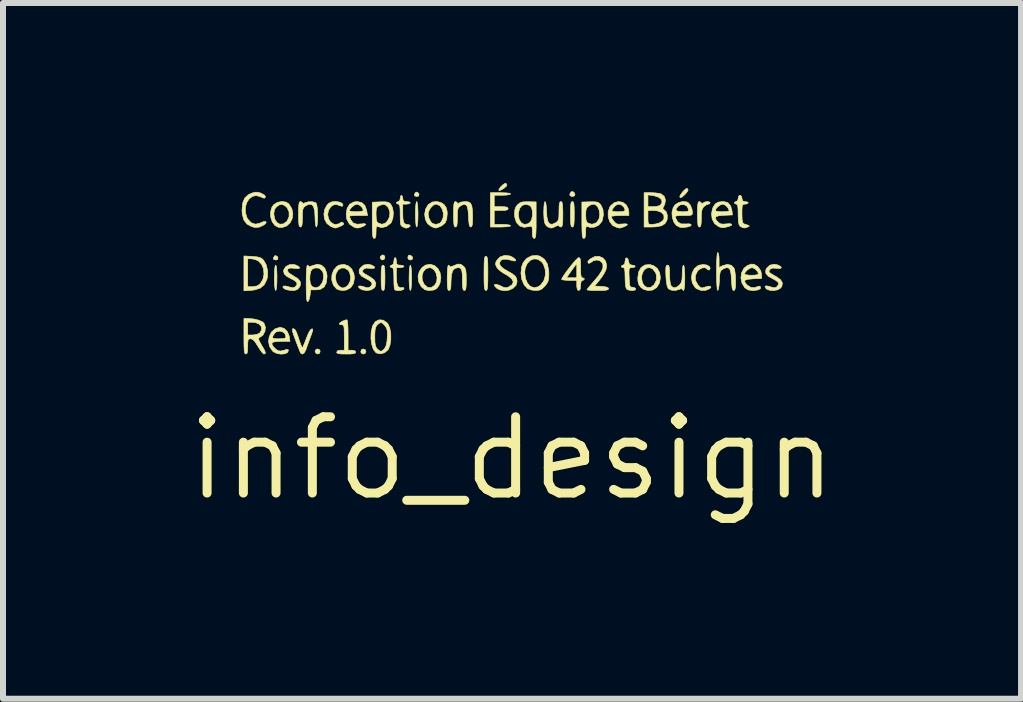
<source format=kicad_pcb>
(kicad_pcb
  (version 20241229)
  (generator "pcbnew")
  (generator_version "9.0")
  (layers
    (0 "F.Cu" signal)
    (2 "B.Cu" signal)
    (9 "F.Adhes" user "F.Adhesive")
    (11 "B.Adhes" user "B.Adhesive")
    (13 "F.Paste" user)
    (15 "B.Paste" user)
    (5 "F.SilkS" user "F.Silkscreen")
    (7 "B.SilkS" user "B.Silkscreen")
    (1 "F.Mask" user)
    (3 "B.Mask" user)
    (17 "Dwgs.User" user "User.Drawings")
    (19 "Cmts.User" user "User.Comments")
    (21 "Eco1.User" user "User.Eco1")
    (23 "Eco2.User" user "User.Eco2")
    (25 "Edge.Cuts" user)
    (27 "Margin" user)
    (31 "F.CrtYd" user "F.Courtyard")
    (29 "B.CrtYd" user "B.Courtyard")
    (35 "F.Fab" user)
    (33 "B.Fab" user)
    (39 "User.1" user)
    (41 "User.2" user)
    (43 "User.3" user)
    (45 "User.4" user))
  (footprint "info_design"
    (layer "F.Cu")
    (at 5.48 4.584)
    (property "Reference" "info_design" (at 0 0 0) (layer "F.SilkS") (effects (font (size 1.27 1.27) (thickness 0.15))))
    (attr through_hole)
    (fp_poly (pts (xy -3.907 -3.358) (xy -3.899 -3.339) (xy -3.906 -3.309) (xy -3.937 -3.302) (xy -3.972 -3.313) (xy -3.975 -3.339) (xy -3.954 -3.371) (xy -3.937 -3.376) (xy -3.907 -3.358)) (stroke (width 0.01) (type solid)) (fill yes) (layer "F.SilkS"))
    (fp_poly (pts (xy -3.203 -1.805) (xy -3.196 -1.778) (xy -3.211 -1.743) (xy -3.245 -1.737) (xy -3.267 -1.75) (xy -3.281 -1.786) (xy -3.263 -1.814) (xy -3.239 -1.82) (xy -3.203 -1.805)) (stroke (width 0.01) (type solid)) (fill yes) (layer "F.SilkS"))
    (fp_poly (pts (xy -2.441 -1.805) (xy -2.434 -1.778) (xy -2.449 -1.743) (xy -2.477 -1.736) (xy -2.512 -1.751) (xy -2.519 -1.778) (xy -2.504 -1.813) (xy -2.477 -1.82) (xy -2.441 -1.805)) (stroke (width 0.01) (type solid)) (fill yes) (layer "F.SilkS"))
    (fp_poly (pts (xy -2.122 -3.369) (xy -2.117 -3.344) (xy -2.132 -3.31) (xy -2.164 -3.303) (xy -2.191 -3.323) (xy -2.194 -3.359) (xy -2.166 -3.383) (xy -2.147 -3.387) (xy -2.122 -3.369)) (stroke (width 0.01) (type solid)) (fill yes) (layer "F.SilkS"))
    (fp_poly (pts (xy -1.665 -3.363) (xy -1.654 -3.332) (xy -1.669 -3.308) (xy -1.692 -3.302) (xy -1.728 -3.316) (xy -1.736 -3.346) (xy -1.724 -3.38) (xy -1.699 -3.383) (xy -1.665 -3.363)) (stroke (width 0.01) (type solid)) (fill yes) (layer "F.SilkS"))
    (fp_poly (pts (xy -1.558 -4.417) (xy -1.549 -4.397) (xy -1.557 -4.367) (xy -1.587 -4.36) (xy -1.622 -4.371) (xy -1.626 -4.397) (xy -1.605 -4.429) (xy -1.587 -4.434) (xy -1.558 -4.417)) (stroke (width 0.01) (type solid)) (fill yes) (layer "F.SilkS"))
    (fp_poly (pts (xy 1.034 -4.429) (xy 1.049 -4.397) (xy 1.043 -4.373) (xy 1.012 -4.361) (xy 1.005 -4.36) (xy 0.972 -4.37) (xy 0.968 -4.373) (xy 0.963 -4.402) (xy 0.981 -4.433) (xy 1.005 -4.445) (xy 1.034 -4.429)) (stroke (width 0.01) (type solid)) (fill yes) (layer "F.SilkS"))
    (fp_poly (pts (xy -0.085 -4.551) (xy -0.085 -4.549) (xy -0.1 -4.525) (xy -0.136 -4.496) (xy -0.177 -4.471) (xy -0.21 -4.46) (xy -0.22 -4.463) (xy -0.214 -4.487) (xy -0.187 -4.522) (xy -0.15 -4.557) (xy -0.116 -4.579) (xy -0.099 -4.579) (xy -0.085 -4.551)) (stroke (width 0.01) (type solid)) (fill yes) (layer "F.SilkS"))
    (fp_poly (pts (xy 2.928 -4.489) (xy 2.933 -4.461) (xy 2.903 -4.418) (xy 2.889 -4.403) (xy 2.837 -4.354) (xy 2.804 -4.34) (xy 2.794 -4.359) (xy 2.807 -4.386) (xy 2.838 -4.43) (xy 2.85 -4.445) (xy 2.893 -4.487) (xy 2.922 -4.493) (xy 2.928 -4.489)) (stroke (width 0.01) (type solid)) (fill yes) (layer "F.SilkS"))
    (fp_poly (pts (xy -3.927 -3.197) (xy -3.92 -3.141) (xy -3.916 -3.055) (xy -3.916 -3.006) (xy -3.918 -2.907) (xy -3.923 -2.836) (xy -3.932 -2.798) (xy -3.937 -2.794) (xy -3.947 -2.814) (xy -3.954 -2.87) (xy -3.958 -2.957) (xy -3.958 -3.006) (xy -3.956 -3.104) (xy -3.951 -3.175) (xy -3.942 -3.213) (xy -3.937 -3.217) (xy -3.927 -3.197)) (stroke (width 0.01) (type solid)) (fill yes) (layer "F.SilkS"))
    (fp_poly (pts (xy -1.684 -3.197) (xy -1.676 -3.141) (xy -1.673 -3.055) (xy -1.672 -3.006) (xy -1.674 -2.907) (xy -1.68 -2.836) (xy -1.688 -2.798) (xy -1.693 -2.794) (xy -1.703 -2.814) (xy -1.71 -2.87) (xy -1.714 -2.957) (xy -1.714 -3.006) (xy -1.712 -3.104) (xy -1.707 -3.175) (xy -1.698 -3.213) (xy -1.693 -3.217) (xy -1.684 -3.197)) (stroke (width 0.01) (type solid)) (fill yes) (layer "F.SilkS"))
    (fp_poly (pts (xy -1.578 -4.256) (xy -1.571 -4.199) (xy -1.567 -4.113) (xy -1.566 -4.064) (xy -1.568 -3.966) (xy -1.574 -3.895) (xy -1.583 -3.857) (xy -1.587 -3.852) (xy -1.597 -3.872) (xy -1.604 -3.929) (xy -1.608 -4.015) (xy -1.609 -4.064) (xy -1.607 -4.162) (xy -1.601 -4.233) (xy -1.592 -4.271) (xy -1.587 -4.276) (xy -1.578 -4.256)) (stroke (width 0.01) (type solid)) (fill yes) (layer "F.SilkS"))
    (fp_poly (pts (xy -2.134 -3.21) (xy -2.124 -3.185) (xy -2.119 -3.133) (xy -2.117 -3.05) (xy -2.117 -3.006) (xy -2.118 -2.907) (xy -2.122 -2.844) (xy -2.129 -2.809) (xy -2.142 -2.795) (xy -2.148 -2.794) (xy -2.163 -2.801) (xy -2.173 -2.827) (xy -2.178 -2.878) (xy -2.18 -2.962) (xy -2.18 -3.006) (xy -2.179 -3.104) (xy -2.175 -3.168) (xy -2.168 -3.203) (xy -2.155 -3.216) (xy -2.148 -3.217) (xy -2.134 -3.21)) (stroke (width 0.01) (type solid)) (fill yes) (layer "F.SilkS"))
    (fp_poly (pts (xy 1.02 -4.269) (xy 1.03 -4.243) (xy 1.035 -4.192) (xy 1.037 -4.108) (xy 1.037 -4.064) (xy 1.036 -3.965) (xy 1.032 -3.902) (xy 1.025 -3.867) (xy 1.012 -3.853) (xy 1.005 -3.852) (xy 0.991 -3.859) (xy 0.981 -3.885) (xy 0.976 -3.936) (xy 0.974 -4.02) (xy 0.974 -4.064) (xy 0.975 -4.163) (xy 0.979 -4.226) (xy 0.986 -4.261) (xy 0.999 -4.275) (xy 1.005 -4.276) (xy 1.02 -4.269)) (stroke (width 0.01) (type solid)) (fill yes) (layer "F.SilkS"))
    (fp_poly (pts (xy -0.421 -3.359) (xy -0.412 -3.337) (xy -0.406 -3.293) (xy -0.403 -3.22) (xy -0.402 -3.112) (xy -0.402 -3.08) (xy -0.403 -2.963) (xy -0.405 -2.882) (xy -0.41 -2.831) (xy -0.418 -2.804) (xy -0.43 -2.794) (xy -0.434 -2.794) (xy -0.447 -2.8) (xy -0.456 -2.822) (xy -0.462 -2.867) (xy -0.465 -2.94) (xy -0.466 -3.047) (xy -0.466 -3.08) (xy -0.465 -3.197) (xy -0.463 -3.278) (xy -0.458 -3.329) (xy -0.449 -3.356) (xy -0.438 -3.365) (xy -0.434 -3.365) (xy -0.421 -3.359)) (stroke (width 0.01) (type solid)) (fill yes) (layer "F.SilkS"))
    (fp_poly (pts (xy -0.107 -4.421) (xy -0.048 -4.415) (xy -0.022 -4.405) (xy -0.021 -4.403) (xy -0.041 -4.392) (xy -0.092 -4.384) (xy -0.159 -4.381) (xy -0.296 -4.381) (xy -0.296 -4.191) (xy -0.18 -4.191) (xy -0.11 -4.188) (xy -0.074 -4.178) (xy -0.064 -4.159) (xy -0.074 -4.14) (xy -0.111 -4.13) (xy -0.18 -4.128) (xy -0.296 -4.128) (xy -0.296 -3.895) (xy -0.159 -3.895) (xy -0.087 -3.892) (xy -0.038 -3.884) (xy -0.021 -3.873) (xy -0.041 -3.863) (xy -0.095 -3.856) (xy -0.175 -3.852) (xy -0.191 -3.852) (xy -0.36 -3.852) (xy -0.36 -4.424) (xy -0.191 -4.424) (xy -0.107 -4.421)) (stroke (width 0.01) (type solid)) (fill yes) (layer "F.SilkS"))
    (fp_poly (pts (xy 3.15 -4.262) (xy 3.154 -4.25) (xy 3.16 -4.236) (xy 3.179 -4.25) (xy 3.214 -4.269) (xy 3.258 -4.275) (xy 3.293 -4.268) (xy 3.302 -4.255) (xy 3.285 -4.236) (xy 3.27 -4.233) (xy 3.233 -4.219) (xy 3.196 -4.191) (xy 3.173 -4.159) (xy 3.159 -4.114) (xy 3.154 -4.043) (xy 3.154 -4) (xy 3.152 -3.92) (xy 3.145 -3.874) (xy 3.132 -3.854) (xy 3.122 -3.852) (xy 3.107 -3.859) (xy 3.098 -3.885) (xy 3.093 -3.936) (xy 3.09 -4.02) (xy 3.09 -4.064) (xy 3.091 -4.163) (xy 3.095 -4.226) (xy 3.103 -4.261) (xy 3.115 -4.275) (xy 3.122 -4.276) (xy 3.15 -4.262)) (stroke (width 0.01) (type solid)) (fill yes) (layer "F.SilkS"))
    (fp_poly (pts (xy -4.326 -3.361) (xy -4.245 -3.354) (xy -4.194 -3.341) (xy -4.157 -3.318) (xy -4.137 -3.296) (xy -4.094 -3.22) (xy -4.072 -3.123) (xy -4.073 -3.024) (xy -4.084 -2.979) (xy -4.127 -2.891) (xy -4.193 -2.835) (xy -4.287 -2.804) (xy -4.339 -2.798) (xy -4.466 -2.789) (xy -4.466 -3.323) (xy -4.403 -3.323) (xy -4.403 -2.857) (xy -4.322 -2.857) (xy -4.245 -2.87) (xy -4.194 -2.907) (xy -4.15 -2.98) (xy -4.132 -3.066) (xy -4.14 -3.155) (xy -4.172 -3.232) (xy -4.226 -3.287) (xy -4.234 -3.292) (xy -4.295 -3.315) (xy -4.349 -3.323) (xy -4.403 -3.323) (xy -4.466 -3.323) (xy -4.466 -3.37) (xy -4.326 -3.361)) (stroke (width 0.01) (type solid)) (fill yes) (layer "F.SilkS"))
    (fp_poly (pts (xy -2.742 -2.287) (xy -2.736 -2.232) (xy -2.732 -2.147) (xy -2.731 -2.053) (xy -2.731 -1.799) (xy -2.667 -1.799) (xy -2.617 -1.79) (xy -2.603 -1.767) (xy -2.612 -1.751) (xy -2.642 -1.741) (xy -2.701 -1.736) (xy -2.762 -1.736) (xy -2.846 -1.737) (xy -2.895 -1.743) (xy -2.917 -1.755) (xy -2.921 -1.767) (xy -2.902 -1.793) (xy -2.857 -1.799) (xy -2.794 -1.799) (xy -2.794 -2.011) (xy -2.795 -2.107) (xy -2.797 -2.169) (xy -2.804 -2.204) (xy -2.816 -2.219) (xy -2.834 -2.222) (xy -2.836 -2.223) (xy -2.871 -2.23) (xy -2.879 -2.24) (xy -2.861 -2.26) (xy -2.822 -2.284) (xy -2.776 -2.302) (xy -2.751 -2.307) (xy -2.742 -2.287)) (stroke (width 0.01) (type solid)) (fill yes) (layer "F.SilkS"))
    (fp_poly (pts (xy 3.246 -3.219) (xy 3.289 -3.194) (xy 3.302 -3.165) (xy 3.289 -3.136) (xy 3.262 -3.139) (xy 3.249 -3.154) (xy 3.215 -3.175) (xy 3.165 -3.169) (xy 3.114 -3.141) (xy 3.092 -3.119) (xy 3.054 -3.041) (xy 3.057 -2.96) (xy 3.099 -2.885) (xy 3.136 -2.847) (xy 3.168 -2.837) (xy 3.215 -2.85) (xy 3.219 -2.852) (xy 3.274 -2.866) (xy 3.308 -2.863) (xy 3.314 -2.846) (xy 3.291 -2.823) (xy 3.223 -2.796) (xy 3.144 -2.797) (xy 3.074 -2.825) (xy 3.051 -2.844) (xy 3.005 -2.918) (xy 2.989 -3.002) (xy 3.001 -3.086) (xy 3.038 -3.158) (xy 3.098 -3.208) (xy 3.117 -3.216) (xy 3.185 -3.227) (xy 3.246 -3.219)) (stroke (width 0.01) (type solid)) (fill yes) (layer "F.SilkS"))
    (fp_poly (pts (xy -3.618 -2.146) (xy -3.593 -2.104) (xy -3.565 -2.028) (xy -3.556 -2) (xy -3.531 -1.926) (xy -3.51 -1.87) (xy -3.496 -1.843) (xy -3.494 -1.841) (xy -3.481 -1.86) (xy -3.46 -1.909) (xy -3.433 -1.978) (xy -3.427 -1.995) (xy -3.392 -2.081) (xy -3.36 -2.136) (xy -3.337 -2.155) (xy -3.321 -2.153) (xy -3.319 -2.134) (xy -3.332 -2.09) (xy -3.358 -2.018) (xy -3.389 -1.935) (xy -3.417 -1.858) (xy -3.435 -1.804) (xy -3.461 -1.755) (xy -3.492 -1.735) (xy -3.52 -1.75) (xy -3.521 -1.752) (xy -3.533 -1.778) (xy -3.555 -1.834) (xy -3.585 -1.91) (xy -3.605 -1.964) (xy -3.638 -2.054) (xy -3.656 -2.111) (xy -3.661 -2.143) (xy -3.654 -2.157) (xy -3.642 -2.159) (xy -3.618 -2.146)) (stroke (width 0.01) (type solid)) (fill yes) (layer "F.SilkS"))
    (fp_poly (pts (xy -2.877 -4.268) (xy -2.832 -4.248) (xy -2.815 -4.218) (xy -2.827 -4.197) (xy -2.852 -4.202) (xy -2.919 -4.225) (xy -2.965 -4.224) (xy -3.006 -4.2) (xy -3.017 -4.19) (xy -3.058 -4.129) (xy -3.07 -4.059) (xy -3.057 -3.99) (xy -3.022 -3.933) (xy -2.968 -3.899) (xy -2.936 -3.895) (xy -2.886 -3.905) (xy -2.862 -3.92) (xy -2.833 -3.934) (xy -2.811 -3.921) (xy -2.804 -3.9) (xy -2.829 -3.879) (xy -2.864 -3.863) (xy -2.914 -3.842) (xy -2.944 -3.835) (xy -2.973 -3.842) (xy -3.02 -3.862) (xy -3.022 -3.863) (xy -3.084 -3.911) (xy -3.122 -3.982) (xy -3.134 -4.065) (xy -3.119 -4.149) (xy -3.078 -4.222) (xy -3.05 -4.249) (xy -3 -4.271) (xy -2.938 -4.277) (xy -2.877 -4.268)) (stroke (width 0.01) (type solid)) (fill yes) (layer "F.SilkS"))
    (fp_poly (pts (xy -3.762 -4.266) (xy -3.717 -4.236) (xy -3.668 -4.157) (xy -3.651 -4.073) (xy -3.662 -3.991) (xy -3.698 -3.921) (xy -3.755 -3.869) (xy -3.83 -3.844) (xy -3.889 -3.846) (xy -3.949 -3.877) (xy -3.994 -3.937) (xy -4.019 -4.013) (xy -4.022 -4.068) (xy -3.968 -4.068) (xy -3.954 -3.986) (xy -3.918 -3.928) (xy -3.868 -3.899) (xy -3.811 -3.903) (xy -3.754 -3.943) (xy -3.746 -3.953) (xy -3.714 -4.024) (xy -3.714 -4.103) (xy -3.746 -4.173) (xy -3.769 -4.196) (xy -3.822 -4.228) (xy -3.869 -4.225) (xy -3.918 -4.193) (xy -3.955 -4.149) (xy -3.967 -4.086) (xy -3.968 -4.068) (xy -4.022 -4.068) (xy -4.023 -4.096) (xy -4.004 -4.173) (xy -3.97 -4.224) (xy -3.907 -4.263) (xy -3.833 -4.277) (xy -3.762 -4.266)) (stroke (width 0.01) (type solid)) (fill yes) (layer "F.SilkS"))
    (fp_poly (pts (xy -2.729 -3.206) (xy -2.67 -3.153) (xy -2.634 -3.075) (xy -2.625 -3.005) (xy -2.641 -2.91) (xy -2.687 -2.841) (xy -2.76 -2.802) (xy -2.815 -2.795) (xy -2.876 -2.802) (xy -2.921 -2.82) (xy -2.923 -2.821) (xy -2.977 -2.886) (xy -3.003 -2.968) (xy -3.002 -3.01) (xy -2.942 -3.01) (xy -2.928 -2.934) (xy -2.891 -2.874) (xy -2.84 -2.84) (xy -2.815 -2.836) (xy -2.772 -2.851) (xy -2.731 -2.883) (xy -2.697 -2.946) (xy -2.688 -3.023) (xy -2.706 -3.096) (xy -2.731 -3.133) (xy -2.789 -3.169) (xy -2.848 -3.168) (xy -2.898 -3.135) (xy -2.932 -3.075) (xy -2.942 -3.01) (xy -3.002 -3.01) (xy -3 -3.054) (xy -2.971 -3.134) (xy -2.917 -3.196) (xy -2.88 -3.217) (xy -2.801 -3.23) (xy -2.729 -3.206)) (stroke (width 0.01) (type solid)) (fill yes) (layer "F.SilkS"))
    (fp_poly (pts (xy 2.358 -3.209) (xy 2.421 -3.162) (xy 2.46 -3.091) (xy 2.472 -3.006) (xy 2.457 -2.921) (xy 2.412 -2.846) (xy 2.409 -2.843) (xy 2.344 -2.802) (xy 2.266 -2.793) (xy 2.19 -2.815) (xy 2.147 -2.846) (xy 2.113 -2.891) (xy 2.098 -2.948) (xy 2.096 -3.001) (xy 2.159 -3.001) (xy 2.173 -2.923) (xy 2.209 -2.868) (xy 2.259 -2.842) (xy 2.315 -2.848) (xy 2.369 -2.892) (xy 2.369 -2.892) (xy 2.408 -2.972) (xy 2.405 -3.056) (xy 2.389 -3.097) (xy 2.342 -3.155) (xy 2.288 -3.177) (xy 2.236 -3.165) (xy 2.192 -3.124) (xy 2.164 -3.055) (xy 2.159 -3.001) (xy 2.096 -3.001) (xy 2.095 -3.002) (xy 2.11 -3.103) (xy 2.151 -3.177) (xy 2.214 -3.219) (xy 2.294 -3.227) (xy 2.358 -3.209)) (stroke (width 0.01) (type solid)) (fill yes) (layer "F.SilkS"))
    (fp_poly (pts (xy -4.212 -4.426) (xy -4.179 -4.414) (xy -4.123 -4.384) (xy -4.107 -4.355) (xy -4.119 -4.334) (xy -4.143 -4.335) (xy -4.186 -4.354) (xy -4.189 -4.355) (xy -4.259 -4.377) (xy -4.324 -4.363) (xy -4.379 -4.321) (xy -4.42 -4.258) (xy -4.442 -4.18) (xy -4.442 -4.095) (xy -4.416 -4.009) (xy -4.403 -3.985) (xy -4.346 -3.923) (xy -4.275 -3.899) (xy -4.198 -3.916) (xy -4.184 -3.924) (xy -4.134 -3.944) (xy -4.102 -3.942) (xy -4.095 -3.924) (xy -4.12 -3.895) (xy -4.131 -3.888) (xy -4.21 -3.85) (xy -4.283 -3.845) (xy -4.337 -3.859) (xy -4.417 -3.902) (xy -4.468 -3.97) (xy -4.494 -4.066) (xy -4.498 -4.137) (xy -4.487 -4.252) (xy -4.452 -4.335) (xy -4.389 -4.392) (xy -4.331 -4.418) (xy -4.267 -4.433) (xy -4.212 -4.426)) (stroke (width 0.01) (type solid)) (fill yes) (layer "F.SilkS"))
    (fp_poly (pts (xy -1.292 -3.21) (xy -1.236 -3.161) (xy -1.199 -3.092) (xy -1.185 -3.009) (xy -1.199 -2.921) (xy -1.216 -2.88) (xy -1.253 -2.828) (xy -1.302 -2.802) (xy -1.378 -2.794) (xy -1.386 -2.794) (xy -1.448 -2.806) (xy -1.501 -2.848) (xy -1.512 -2.859) (xy -1.555 -2.939) (xy -1.565 -3.026) (xy -1.561 -3.044) (xy -1.498 -3.044) (xy -1.496 -2.971) (xy -1.466 -2.902) (xy -1.459 -2.892) (xy -1.405 -2.846) (xy -1.348 -2.842) (xy -1.291 -2.879) (xy -1.256 -2.937) (xy -1.248 -3.007) (xy -1.262 -3.077) (xy -1.295 -3.135) (xy -1.345 -3.17) (xy -1.376 -3.175) (xy -1.435 -3.157) (xy -1.477 -3.11) (xy -1.498 -3.044) (xy -1.561 -3.044) (xy -1.545 -3.11) (xy -1.497 -3.179) (xy -1.439 -3.218) (xy -1.361 -3.231) (xy -1.292 -3.21)) (stroke (width 0.01) (type solid)) (fill yes) (layer "F.SilkS"))
    (fp_poly (pts (xy -2.343 -3.219) (xy -2.295 -3.193) (xy -2.287 -3.171) (xy -2.315 -3.16) (xy -2.367 -3.164) (xy -2.43 -3.168) (xy -2.468 -3.152) (xy -2.476 -3.144) (xy -2.492 -3.121) (xy -2.489 -3.101) (xy -2.463 -3.078) (xy -2.407 -3.045) (xy -2.375 -3.028) (xy -2.301 -2.975) (xy -2.268 -2.92) (xy -2.277 -2.864) (xy -2.298 -2.835) (xy -2.35 -2.804) (xy -2.421 -2.794) (xy -2.492 -2.805) (xy -2.531 -2.824) (xy -2.559 -2.853) (xy -2.552 -2.869) (xy -2.514 -2.869) (xy -2.469 -2.856) (xy -2.414 -2.84) (xy -2.378 -2.845) (xy -2.361 -2.856) (xy -2.331 -2.896) (xy -2.342 -2.934) (xy -2.393 -2.972) (xy -2.423 -2.987) (xy -2.505 -3.033) (xy -2.545 -3.082) (xy -2.546 -3.135) (xy -2.531 -3.166) (xy -2.474 -3.217) (xy -2.401 -3.232) (xy -2.343 -3.219)) (stroke (width 0.01) (type solid)) (fill yes) (layer "F.SilkS"))
    (fp_poly (pts (xy -3.598 -3.217) (xy -3.548 -3.19) (xy -3.537 -3.168) (xy -3.563 -3.158) (xy -3.606 -3.162) (xy -3.687 -3.169) (xy -3.733 -3.155) (xy -3.743 -3.125) (xy -3.714 -3.085) (xy -3.646 -3.04) (xy -3.642 -3.038) (xy -3.563 -2.988) (xy -3.525 -2.937) (xy -3.526 -2.881) (xy -3.544 -2.846) (xy -3.577 -2.811) (xy -3.623 -2.796) (xy -3.668 -2.795) (xy -3.734 -2.802) (xy -3.786 -2.819) (xy -3.795 -2.824) (xy -3.819 -2.852) (xy -3.808 -2.868) (xy -3.77 -2.869) (xy -3.716 -2.855) (xy -3.661 -2.84) (xy -3.626 -2.846) (xy -3.61 -2.856) (xy -3.58 -2.897) (xy -3.591 -2.935) (xy -3.643 -2.973) (xy -3.67 -2.985) (xy -3.75 -3.028) (xy -3.794 -3.07) (xy -3.806 -3.117) (xy -3.802 -3.14) (xy -3.769 -3.192) (xy -3.711 -3.223) (xy -3.64 -3.229) (xy -3.598 -3.217)) (stroke (width 0.01) (type solid)) (fill yes) (layer "F.SilkS"))
    (fp_poly (pts (xy 1.516 -3.335) (xy 1.56 -3.283) (xy 1.577 -3.211) (xy 1.566 -3.141) (xy 1.539 -3.085) (xy 1.495 -3.017) (xy 1.459 -2.969) (xy 1.375 -2.868) (xy 1.492 -2.862) (xy 1.564 -2.854) (xy 1.601 -2.84) (xy 1.609 -2.825) (xy 1.6 -2.809) (xy 1.57 -2.8) (xy 1.511 -2.795) (xy 1.429 -2.794) (xy 1.347 -2.795) (xy 1.285 -2.799) (xy 1.252 -2.804) (xy 1.249 -2.806) (xy 1.262 -2.827) (xy 1.297 -2.87) (xy 1.346 -2.927) (xy 1.357 -2.939) (xy 1.44 -3.038) (xy 1.492 -3.116) (xy 1.516 -3.179) (xy 1.513 -3.233) (xy 1.507 -3.249) (xy 1.468 -3.289) (xy 1.411 -3.303) (xy 1.351 -3.288) (xy 1.323 -3.267) (xy 1.286 -3.246) (xy 1.267 -3.254) (xy 1.265 -3.281) (xy 1.303 -3.32) (xy 1.379 -3.36) (xy 1.453 -3.363) (xy 1.516 -3.335)) (stroke (width 0.01) (type solid)) (fill yes) (layer "F.SilkS"))
    (fp_poly (pts (xy 4.43 -3.219) (xy 4.478 -3.193) (xy 4.487 -3.171) (xy 4.458 -3.16) (xy 4.406 -3.164) (xy 4.343 -3.168) (xy 4.305 -3.152) (xy 4.297 -3.144) (xy 4.282 -3.121) (xy 4.284 -3.101) (xy 4.311 -3.078) (xy 4.367 -3.045) (xy 4.398 -3.028) (xy 4.473 -2.975) (xy 4.505 -2.92) (xy 4.496 -2.864) (xy 4.475 -2.835) (xy 4.428 -2.806) (xy 4.361 -2.794) (xy 4.293 -2.798) (xy 4.242 -2.818) (xy 4.233 -2.826) (xy 4.215 -2.86) (xy 4.232 -2.872) (xy 4.283 -2.863) (xy 4.304 -2.856) (xy 4.36 -2.84) (xy 4.395 -2.845) (xy 4.412 -2.856) (xy 4.442 -2.896) (xy 4.432 -2.934) (xy 4.38 -2.972) (xy 4.35 -2.987) (xy 4.268 -3.033) (xy 4.228 -3.082) (xy 4.228 -3.135) (xy 4.243 -3.166) (xy 4.299 -3.217) (xy 4.372 -3.232) (xy 4.43 -3.219)) (stroke (width 0.01) (type solid)) (fill yes) (layer "F.SilkS"))
    (fp_poly (pts (xy -1.174 -4.255) (xy -1.131 -4.224) (xy -1.096 -4.175) (xy -1.081 -4.113) (xy -1.079 -4.074) (xy -1.088 -3.98) (xy -1.117 -3.917) (xy -1.171 -3.873) (xy -1.197 -3.861) (xy -1.245 -3.841) (xy -1.274 -3.835) (xy -1.304 -3.843) (xy -1.347 -3.862) (xy -1.408 -3.909) (xy -1.444 -3.981) (xy -1.455 -4.065) (xy -1.454 -4.07) (xy -1.397 -4.07) (xy -1.385 -4.004) (xy -1.355 -3.942) (xy -1.325 -3.911) (xy -1.268 -3.895) (xy -1.208 -3.912) (xy -1.176 -3.942) (xy -1.147 -4.01) (xy -1.144 -4.084) (xy -1.164 -4.153) (xy -1.202 -4.207) (xy -1.255 -4.232) (xy -1.268 -4.233) (xy -1.314 -4.215) (xy -1.357 -4.17) (xy -1.389 -4.113) (xy -1.397 -4.07) (xy -1.454 -4.07) (xy -1.44 -4.15) (xy -1.396 -4.224) (xy -1.393 -4.227) (xy -1.328 -4.268) (xy -1.25 -4.277) (xy -1.174 -4.255)) (stroke (width 0.01) (type solid)) (fill yes) (layer "F.SilkS"))
    (fp_poly (pts (xy 1.933 -3.316) (xy 1.943 -3.274) (xy 1.958 -3.231) (xy 1.994 -3.218) (xy 2.002 -3.217) (xy 2.041 -3.21) (xy 2.053 -3.196) (xy 2.035 -3.18) (xy 1.999 -3.175) (xy 1.972 -3.173) (xy 1.957 -3.163) (xy 1.95 -3.135) (xy 1.949 -3.08) (xy 1.952 -3.011) (xy 1.956 -2.928) (xy 1.962 -2.88) (xy 1.973 -2.856) (xy 1.991 -2.849) (xy 2.005 -2.849) (xy 2.046 -2.839) (xy 2.062 -2.822) (xy 2.053 -2.803) (xy 2.018 -2.794) (xy 1.971 -2.796) (xy 1.927 -2.807) (xy 1.909 -2.819) (xy 1.895 -2.855) (xy 1.887 -2.924) (xy 1.884 -3.01) (xy 1.882 -3.096) (xy 1.877 -3.146) (xy 1.865 -3.17) (xy 1.852 -3.175) (xy 1.824 -3.186) (xy 1.82 -3.196) (xy 1.837 -3.215) (xy 1.852 -3.217) (xy 1.877 -3.236) (xy 1.884 -3.283) (xy 1.893 -3.329) (xy 1.912 -3.339) (xy 1.933 -3.316)) (stroke (width 0.01) (type solid)) (fill yes) (layer "F.SilkS"))
    (fp_poly (pts (xy -1.932 -3.326) (xy -1.926 -3.282) (xy -1.926 -3.281) (xy -1.921 -3.236) (xy -1.896 -3.219) (xy -1.863 -3.217) (xy -1.818 -3.211) (xy -1.799 -3.196) (xy -1.799 -3.196) (xy -1.818 -3.181) (xy -1.862 -3.175) (xy -1.863 -3.175) (xy -1.926 -3.175) (xy -1.926 -3.029) (xy -1.92 -2.927) (xy -1.9 -2.864) (xy -1.866 -2.839) (xy -1.831 -2.844) (xy -1.804 -2.841) (xy -1.799 -2.825) (xy -1.817 -2.806) (xy -1.86 -2.795) (xy -1.909 -2.793) (xy -1.948 -2.803) (xy -1.954 -2.808) (xy -1.961 -2.834) (xy -1.966 -2.892) (xy -1.968 -2.971) (xy -1.968 -2.999) (xy -1.97 -3.088) (xy -1.975 -3.142) (xy -1.985 -3.168) (xy -2 -3.175) (xy -2.028 -3.186) (xy -2.032 -3.196) (xy -2.015 -3.215) (xy -2 -3.217) (xy -1.975 -3.236) (xy -1.968 -3.281) (xy -1.962 -3.325) (xy -1.948 -3.344) (xy -1.947 -3.344) (xy -1.932 -3.326)) (stroke (width 0.01) (type solid)) (fill yes) (layer "F.SilkS"))
    (fp_poly (pts (xy -1.826 -4.363) (xy -1.82 -4.329) (xy -1.813 -4.291) (xy -1.784 -4.277) (xy -1.757 -4.276) (xy -1.712 -4.27) (xy -1.693 -4.255) (xy -1.693 -4.255) (xy -1.712 -4.24) (xy -1.756 -4.233) (xy -1.757 -4.233) (xy -1.82 -4.233) (xy -1.82 -4.097) (xy -1.818 -4.002) (xy -1.809 -3.941) (xy -1.791 -3.908) (xy -1.76 -3.896) (xy -1.744 -3.895) (xy -1.703 -3.886) (xy -1.696 -3.865) (xy -1.727 -3.844) (xy -1.757 -3.834) (xy -1.764 -3.833) (xy -1.784 -3.84) (xy -1.815 -3.853) (xy -1.838 -3.866) (xy -1.852 -3.886) (xy -1.86 -3.925) (xy -1.862 -3.99) (xy -1.863 -4.053) (xy -1.864 -4.143) (xy -1.869 -4.198) (xy -1.879 -4.226) (xy -1.894 -4.233) (xy -1.923 -4.245) (xy -1.926 -4.255) (xy -1.909 -4.273) (xy -1.894 -4.276) (xy -1.869 -4.294) (xy -1.863 -4.329) (xy -1.855 -4.368) (xy -1.841 -4.381) (xy -1.826 -4.363)) (stroke (width 0.01) (type solid)) (fill yes) (layer "F.SilkS"))
    (fp_poly (pts (xy 2.867 -3.197) (xy 2.874 -3.141) (xy 2.878 -3.055) (xy 2.879 -3.006) (xy 2.877 -2.907) (xy 2.871 -2.836) (xy 2.862 -2.798) (xy 2.857 -2.794) (xy 2.837 -2.81) (xy 2.836 -2.816) (xy 2.823 -2.827) (xy 2.795 -2.816) (xy 2.731 -2.797) (xy 2.663 -2.798) (xy 2.61 -2.82) (xy 2.601 -2.829) (xy 2.584 -2.871) (xy 2.571 -2.947) (xy 2.564 -3.041) (xy 2.562 -3.128) (xy 2.564 -3.181) (xy 2.572 -3.208) (xy 2.586 -3.217) (xy 2.591 -3.217) (xy 2.609 -3.21) (xy 2.619 -3.183) (xy 2.624 -3.128) (xy 2.625 -3.068) (xy 2.628 -2.987) (xy 2.636 -2.918) (xy 2.647 -2.877) (xy 2.684 -2.842) (xy 2.733 -2.844) (xy 2.788 -2.883) (xy 2.79 -2.885) (xy 2.816 -2.921) (xy 2.831 -2.967) (xy 2.836 -3.037) (xy 2.836 -3.076) (xy 2.839 -3.149) (xy 2.847 -3.2) (xy 2.857 -3.217) (xy 2.867 -3.197)) (stroke (width 0.01) (type solid)) (fill yes) (layer "F.SilkS"))
    (fp_poly (pts (xy 3.825 -4.363) (xy 3.831 -4.329) (xy 3.84 -4.288) (xy 3.874 -4.276) (xy 3.884 -4.276) (xy 3.924 -4.268) (xy 3.937 -4.255) (xy 3.919 -4.239) (xy 3.884 -4.233) (xy 3.857 -4.231) (xy 3.841 -4.22) (xy 3.834 -4.189) (xy 3.831 -4.131) (xy 3.831 -4.074) (xy 3.833 -3.987) (xy 3.84 -3.935) (xy 3.854 -3.91) (xy 3.863 -3.905) (xy 3.925 -3.885) (xy 3.952 -3.872) (xy 3.95 -3.863) (xy 3.926 -3.852) (xy 3.885 -3.837) (xy 3.857 -3.838) (xy 3.831 -3.847) (xy 3.801 -3.864) (xy 3.782 -3.893) (xy 3.772 -3.944) (xy 3.768 -4.024) (xy 3.768 -4.069) (xy 3.766 -4.155) (xy 3.76 -4.205) (xy 3.749 -4.229) (xy 3.736 -4.233) (xy 3.708 -4.245) (xy 3.704 -4.255) (xy 3.721 -4.273) (xy 3.736 -4.276) (xy 3.761 -4.294) (xy 3.768 -4.329) (xy 3.779 -4.371) (xy 3.799 -4.381) (xy 3.825 -4.363)) (stroke (width 0.01) (type solid)) (fill yes) (layer "F.SilkS"))
    (fp_poly (pts (xy 0.465 -3.366) (xy 0.541 -3.315) (xy 0.59 -3.235) (xy 0.612 -3.125) (xy 0.614 -3.075) (xy 0.611 -2.998) (xy 0.6 -2.945) (xy 0.575 -2.901) (xy 0.548 -2.869) (xy 0.499 -2.821) (xy 0.452 -2.799) (xy 0.394 -2.794) (xy 0.325 -2.802) (xy 0.266 -2.823) (xy 0.256 -2.829) (xy 0.2 -2.892) (xy 0.163 -2.981) (xy 0.149 -3.083) (xy 0.151 -3.098) (xy 0.212 -3.098) (xy 0.224 -2.995) (xy 0.258 -2.915) (xy 0.307 -2.862) (xy 0.368 -2.841) (xy 0.435 -2.856) (xy 0.476 -2.884) (xy 0.53 -2.956) (xy 0.556 -3.047) (xy 0.554 -3.143) (xy 0.524 -3.231) (xy 0.496 -3.27) (xy 0.433 -3.314) (xy 0.366 -3.321) (xy 0.304 -3.296) (xy 0.253 -3.243) (xy 0.22 -3.167) (xy 0.212 -3.098) (xy 0.151 -3.098) (xy 0.16 -3.186) (xy 0.187 -3.26) (xy 0.246 -3.33) (xy 0.325 -3.371) (xy 0.413 -3.379) (xy 0.465 -3.366)) (stroke (width 0.01) (type solid)) (fill yes) (layer "F.SilkS"))
    (fp_poly (pts (xy -3.496 -4.264) (xy -3.493 -4.254) (xy -3.48 -4.243) (xy -3.452 -4.254) (xy -3.391 -4.272) (xy -3.325 -4.273) (xy -3.273 -4.258) (xy -3.264 -4.25) (xy -3.252 -4.22) (xy -3.244 -4.162) (xy -3.239 -4.088) (xy -3.238 -4.009) (xy -3.241 -3.936) (xy -3.247 -3.88) (xy -3.257 -3.853) (xy -3.26 -3.852) (xy -3.27 -3.872) (xy -3.278 -3.925) (xy -3.281 -4.001) (xy -3.281 -4.002) (xy -3.287 -4.117) (xy -3.307 -4.193) (xy -3.341 -4.23) (xy -3.39 -4.23) (xy -3.445 -4.2) (xy -3.47 -4.178) (xy -3.484 -4.147) (xy -3.491 -4.097) (xy -3.492 -4.016) (xy -3.493 -4.01) (xy -3.494 -3.927) (xy -3.5 -3.878) (xy -3.512 -3.856) (xy -3.524 -3.852) (xy -3.539 -3.859) (xy -3.549 -3.885) (xy -3.554 -3.936) (xy -3.556 -4.02) (xy -3.556 -4.064) (xy -3.555 -4.163) (xy -3.551 -4.226) (xy -3.543 -4.261) (xy -3.531 -4.275) (xy -3.524 -4.276) (xy -3.496 -4.264)) (stroke (width 0.01) (type solid)) (fill yes) (layer "F.SilkS"))
    (fp_poly (pts (xy -0.853 -3.231) (xy -0.806 -3.197) (xy -0.804 -3.196) (xy -0.783 -3.168) (xy -0.77 -3.13) (xy -0.764 -3.072) (xy -0.762 -2.982) (xy -0.762 -2.974) (xy -0.763 -2.884) (xy -0.768 -2.829) (xy -0.778 -2.801) (xy -0.794 -2.794) (xy -0.811 -2.802) (xy -0.82 -2.833) (xy -0.825 -2.892) (xy -0.826 -2.951) (xy -0.827 -3.052) (xy -0.835 -3.118) (xy -0.85 -3.156) (xy -0.874 -3.172) (xy -0.899 -3.175) (xy -0.954 -3.162) (xy -0.99 -3.121) (xy -1.01 -3.047) (xy -1.016 -2.946) (xy -1.018 -2.864) (xy -1.024 -2.817) (xy -1.037 -2.797) (xy -1.048 -2.794) (xy -1.063 -2.801) (xy -1.072 -2.827) (xy -1.077 -2.878) (xy -1.079 -2.962) (xy -1.079 -3.006) (xy -1.077 -3.104) (xy -1.072 -3.175) (xy -1.063 -3.213) (xy -1.058 -3.217) (xy -1.038 -3.201) (xy -1.037 -3.196) (xy -1.021 -3.189) (xy -0.981 -3.203) (xy -0.975 -3.206) (xy -0.905 -3.234) (xy -0.853 -3.231)) (stroke (width 0.01) (type solid)) (fill yes) (layer "F.SilkS"))
    (fp_poly (pts (xy -0.727 -4.27) (xy -0.691 -4.249) (xy -0.67 -4.205) (xy -0.659 -4.133) (xy -0.656 -4.025) (xy -0.656 -4.023) (xy -0.658 -3.935) (xy -0.663 -3.882) (xy -0.674 -3.857) (xy -0.687 -3.852) (xy -0.703 -3.862) (xy -0.714 -3.895) (xy -0.721 -3.959) (xy -0.724 -4.025) (xy -0.732 -4.13) (xy -0.748 -4.197) (xy -0.775 -4.228) (xy -0.814 -4.227) (xy -0.855 -4.205) (xy -0.883 -4.183) (xy -0.9 -4.156) (xy -0.908 -4.114) (xy -0.91 -4.043) (xy -0.91 -4.011) (xy -0.912 -3.927) (xy -0.918 -3.878) (xy -0.93 -3.856) (xy -0.942 -3.852) (xy -0.957 -3.859) (xy -0.966 -3.885) (xy -0.971 -3.936) (xy -0.974 -4.02) (xy -0.974 -4.064) (xy -0.973 -4.163) (xy -0.969 -4.226) (xy -0.961 -4.261) (xy -0.949 -4.275) (xy -0.942 -4.276) (xy -0.914 -4.262) (xy -0.91 -4.25) (xy -0.904 -4.236) (xy -0.885 -4.25) (xy -0.848 -4.267) (xy -0.79 -4.275) (xy -0.78 -4.276) (xy -0.727 -4.27)) (stroke (width 0.01) (type solid)) (fill yes) (layer "F.SilkS"))
    (fp_poly (pts (xy 1.125 -3.339) (xy 1.136 -3.321) (xy 1.141 -3.278) (xy 1.143 -3.203) (xy 1.143 -3.177) (xy 1.144 -3.089) (xy 1.15 -3.037) (xy 1.16 -3.011) (xy 1.175 -3.006) (xy 1.203 -2.994) (xy 1.206 -2.985) (xy 1.189 -2.966) (xy 1.175 -2.963) (xy 1.153 -2.949) (xy 1.144 -2.903) (xy 1.143 -2.879) (xy 1.138 -2.82) (xy 1.12 -2.796) (xy 1.111 -2.794) (xy 1.089 -2.808) (xy 1.08 -2.854) (xy 1.079 -2.879) (xy 1.079 -2.963) (xy 0.953 -2.963) (xy 0.886 -2.966) (xy 0.84 -2.972) (xy 0.826 -2.979) (xy 0.838 -3.006) (xy 0.907 -3.006) (xy 1.079 -3.006) (xy 1.079 -3.244) (xy 1.041 -3.194) (xy 1.002 -3.141) (xy 0.959 -3.08) (xy 0.955 -3.074) (xy 0.907 -3.006) (xy 0.838 -3.006) (xy 0.839 -3.009) (xy 0.873 -3.061) (xy 0.92 -3.126) (xy 0.973 -3.195) (xy 1.026 -3.26) (xy 1.071 -3.31) (xy 1.102 -3.338) (xy 1.107 -3.341) (xy 1.125 -3.339)) (stroke (width 0.01) (type solid)) (fill yes) (layer "F.SilkS"))
    (fp_poly (pts (xy 3.44 -3.41) (xy 3.448 -3.36) (xy 3.45 -3.304) (xy 3.45 -3.178) (xy 3.512 -3.209) (xy 3.587 -3.229) (xy 3.653 -3.215) (xy 3.698 -3.168) (xy 3.702 -3.162) (xy 3.713 -3.115) (xy 3.722 -3.041) (xy 3.725 -2.956) (xy 3.725 -2.952) (xy 3.724 -2.868) (xy 3.717 -2.819) (xy 3.705 -2.797) (xy 3.694 -2.794) (xy 3.678 -2.804) (xy 3.667 -2.837) (xy 3.661 -2.901) (xy 3.657 -2.966) (xy 3.649 -3.072) (xy 3.633 -3.14) (xy 3.605 -3.172) (xy 3.563 -3.173) (xy 3.519 -3.153) (xy 3.489 -3.134) (xy 3.471 -3.109) (xy 3.462 -3.068) (xy 3.456 -3.001) (xy 3.455 -2.957) (xy 3.449 -2.88) (xy 3.441 -2.823) (xy 3.43 -2.795) (xy 3.428 -2.794) (xy 3.42 -2.814) (xy 3.414 -2.871) (xy 3.41 -2.96) (xy 3.408 -3.075) (xy 3.408 -3.111) (xy 3.409 -3.241) (xy 3.413 -3.339) (xy 3.419 -3.403) (xy 3.428 -3.429) (xy 3.429 -3.429) (xy 3.44 -3.41)) (stroke (width 0.01) (type solid)) (fill yes) (layer "F.SilkS"))
    (fp_poly (pts (xy -0.041 -3.371) (xy -0.009 -3.359) (xy 0.038 -3.329) (xy 0.062 -3.303) (xy 0.059 -3.287) (xy 0.026 -3.288) (xy 0.016 -3.291) (xy -0.085 -3.315) (xy -0.156 -3.314) (xy -0.188 -3.294) (xy -0.209 -3.249) (xy -0.193 -3.204) (xy -0.14 -3.157) (xy -0.077 -3.12) (xy 0.003 -3.074) (xy 0.052 -3.036) (xy 0.076 -2.997) (xy 0.084 -2.95) (xy 0.084 -2.941) (xy 0.066 -2.879) (xy 0.017 -2.831) (xy -0.051 -2.8) (xy -0.129 -2.791) (xy -0.205 -2.805) (xy -0.255 -2.833) (xy -0.29 -2.871) (xy -0.291 -2.894) (xy -0.262 -2.898) (xy -0.209 -2.881) (xy -0.193 -2.872) (xy -0.135 -2.845) (xy -0.094 -2.84) (xy -0.055 -2.853) (xy 0.004 -2.892) (xy 0.021 -2.938) (xy -0.003 -2.988) (xy -0.067 -3.04) (xy -0.118 -3.069) (xy -0.183 -3.11) (xy -0.235 -3.156) (xy -0.253 -3.18) (xy -0.274 -3.227) (xy -0.27 -3.264) (xy -0.254 -3.296) (xy -0.199 -3.353) (xy -0.125 -3.379) (xy -0.041 -3.371)) (stroke (width 0.01) (type solid)) (fill yes) (layer "F.SilkS"))
    (fp_poly (pts (xy 0.274 -4.273) (xy 0.402 -4.27) (xy 0.402 -3.966) (xy 0.402 -3.845) (xy 0.399 -3.76) (xy 0.395 -3.705) (xy 0.387 -3.675) (xy 0.376 -3.663) (xy 0.37 -3.662) (xy 0.351 -3.673) (xy 0.341 -3.712) (xy 0.339 -3.769) (xy 0.337 -3.832) (xy 0.33 -3.861) (xy 0.313 -3.866) (xy 0.291 -3.86) (xy 0.2 -3.847) (xy 0.127 -3.87) (xy 0.074 -3.927) (xy 0.046 -4.015) (xy 0.043 -4.06) (xy 0.106 -4.06) (xy 0.119 -3.979) (xy 0.154 -3.922) (xy 0.204 -3.896) (xy 0.262 -3.904) (xy 0.3 -3.93) (xy 0.327 -3.975) (xy 0.34 -4.041) (xy 0.34 -4.113) (xy 0.326 -4.174) (xy 0.299 -4.211) (xy 0.298 -4.211) (xy 0.228 -4.23) (xy 0.169 -4.212) (xy 0.126 -4.161) (xy 0.107 -4.082) (xy 0.106 -4.06) (xy 0.043 -4.06) (xy 0.042 -4.066) (xy 0.048 -4.141) (xy 0.067 -4.191) (xy 0.094 -4.224) (xy 0.131 -4.254) (xy 0.172 -4.269) (xy 0.234 -4.273) (xy 0.274 -4.273)) (stroke (width 0.01) (type solid)) (fill yes) (layer "F.SilkS"))
    (fp_poly (pts (xy 0.83 -4.269) (xy 0.839 -4.243) (xy 0.844 -4.192) (xy 0.847 -4.108) (xy 0.847 -4.064) (xy 0.846 -3.965) (xy 0.842 -3.902) (xy 0.834 -3.867) (xy 0.822 -3.853) (xy 0.815 -3.852) (xy 0.787 -3.863) (xy 0.783 -3.872) (xy 0.767 -3.878) (xy 0.729 -3.864) (xy 0.725 -3.862) (xy 0.68 -3.84) (xy 0.652 -3.835) (xy 0.62 -3.844) (xy 0.614 -3.846) (xy 0.574 -3.87) (xy 0.548 -3.911) (xy 0.534 -3.979) (xy 0.529 -4.079) (xy 0.529 -4.1) (xy 0.532 -4.186) (xy 0.538 -4.247) (xy 0.548 -4.275) (xy 0.55 -4.276) (xy 0.562 -4.256) (xy 0.57 -4.206) (xy 0.574 -4.143) (xy 0.581 -4.025) (xy 0.598 -3.946) (xy 0.628 -3.904) (xy 0.67 -3.897) (xy 0.728 -3.923) (xy 0.731 -3.925) (xy 0.758 -3.946) (xy 0.774 -3.974) (xy 0.781 -4.019) (xy 0.783 -4.092) (xy 0.783 -4.117) (xy 0.785 -4.201) (xy 0.791 -4.25) (xy 0.803 -4.272) (xy 0.815 -4.276) (xy 0.83 -4.269)) (stroke (width 0.01) (type solid)) (fill yes) (layer "F.SilkS"))
    (fp_poly (pts (xy -3.794 -2.161) (xy -3.743 -2.11) (xy -3.713 -2.037) (xy -3.711 -2.027) (xy -3.699 -1.947) (xy -3.85 -1.947) (xy -3.939 -1.943) (xy -3.989 -1.93) (xy -4.002 -1.904) (xy -3.98 -1.864) (xy -3.947 -1.828) (xy -3.904 -1.794) (xy -3.858 -1.785) (xy -3.796 -1.799) (xy -3.759 -1.812) (xy -3.73 -1.81) (xy -3.725 -1.793) (xy -3.743 -1.758) (xy -3.789 -1.739) (xy -3.85 -1.734) (xy -3.916 -1.745) (xy -3.973 -1.772) (xy -3.989 -1.786) (xy -4.039 -1.86) (xy -4.056 -1.943) (xy -4.048 -2.005) (xy -3.988 -2.005) (xy -3.971 -1.994) (xy -3.924 -1.99) (xy -3.883 -1.99) (xy -3.816 -1.992) (xy -3.781 -2) (xy -3.768 -2.019) (xy -3.768 -2.028) (xy -3.786 -2.082) (xy -3.836 -2.112) (xy -3.875 -2.117) (xy -3.933 -2.104) (xy -3.972 -2.059) (xy -3.986 -2.027) (xy -3.988 -2.005) (xy -4.048 -2.005) (xy -4.045 -2.025) (xy -4.009 -2.099) (xy -3.951 -2.153) (xy -3.874 -2.179) (xy -3.854 -2.18) (xy -3.794 -2.161)) (stroke (width 0.01) (type solid)) (fill yes) (layer "F.SilkS"))
    (fp_poly (pts (xy -2.504 -4.26) (xy -2.451 -4.211) (xy -2.421 -4.128) (xy -2.42 -4.12) (xy -2.407 -4.043) (xy -2.558 -4.043) (xy -2.632 -4.042) (xy -2.686 -4.038) (xy -2.709 -4.034) (xy -2.709 -4.033) (xy -2.701 -4.009) (xy -2.685 -3.97) (xy -2.645 -3.919) (xy -2.582 -3.898) (xy -2.506 -3.904) (xy -2.453 -3.908) (xy -2.436 -3.896) (xy -2.457 -3.874) (xy -2.501 -3.854) (xy -2.552 -3.838) (xy -2.585 -3.835) (xy -2.619 -3.845) (xy -2.635 -3.851) (xy -2.709 -3.902) (xy -2.752 -3.981) (xy -2.762 -4.065) (xy -2.753 -4.124) (xy -2.709 -4.124) (xy -2.69 -4.114) (xy -2.641 -4.108) (xy -2.593 -4.106) (xy -2.518 -4.111) (xy -2.481 -4.123) (xy -2.477 -4.131) (xy -2.494 -4.173) (xy -2.533 -4.212) (xy -2.578 -4.233) (xy -2.585 -4.233) (xy -2.623 -4.219) (xy -2.667 -4.185) (xy -2.701 -4.146) (xy -2.709 -4.124) (xy -2.753 -4.124) (xy -2.747 -4.163) (xy -2.704 -4.232) (xy -2.634 -4.269) (xy -2.582 -4.276) (xy -2.504 -4.26)) (stroke (width 0.01) (type solid)) (fill yes) (layer "F.SilkS"))
    (fp_poly (pts (xy -2.146 -2.3) (xy -2.083 -2.257) (xy -2.066 -2.237) (xy -2.036 -2.169) (xy -2.02 -2.077) (xy -2.019 -1.977) (xy -2.033 -1.883) (xy -2.062 -1.812) (xy -2.066 -1.806) (xy -2.122 -1.758) (xy -2.19 -1.739) (xy -2.254 -1.752) (xy -2.269 -1.761) (xy -2.31 -1.815) (xy -2.337 -1.897) (xy -2.35 -1.995) (xy -2.349 -2.021) (xy -2.286 -2.021) (xy -2.284 -1.934) (xy -2.276 -1.877) (xy -2.26 -1.84) (xy -2.244 -1.82) (xy -2.201 -1.785) (xy -2.168 -1.785) (xy -2.128 -1.82) (xy -2.126 -1.822) (xy -2.099 -1.87) (xy -2.083 -1.946) (xy -2.078 -2.007) (xy -2.076 -2.089) (xy -2.082 -2.143) (xy -2.099 -2.183) (xy -2.116 -2.207) (xy -2.158 -2.251) (xy -2.191 -2.261) (xy -2.229 -2.236) (xy -2.244 -2.223) (xy -2.266 -2.192) (xy -2.279 -2.15) (xy -2.285 -2.084) (xy -2.286 -2.021) (xy -2.349 -2.021) (xy -2.347 -2.097) (xy -2.327 -2.191) (xy -2.319 -2.212) (xy -2.274 -2.277) (xy -2.213 -2.306) (xy -2.146 -2.3)) (stroke (width 0.01) (type solid)) (fill yes) (layer "F.SilkS"))
    (fp_poly (pts (xy 4.037 -3.23) (xy 4.092 -3.194) (xy 4.096 -3.191) (xy 4.144 -3.125) (xy 4.156 -3.069) (xy 4.159 -2.995) (xy 4.016 -2.989) (xy 3.931 -2.981) (xy 3.884 -2.967) (xy 3.875 -2.942) (xy 3.901 -2.904) (xy 3.922 -2.882) (xy 3.986 -2.842) (xy 4.051 -2.843) (xy 4.085 -2.858) (xy 4.125 -2.867) (xy 4.14 -2.855) (xy 4.139 -2.826) (xy 4.102 -2.805) (xy 4.035 -2.795) (xy 4.009 -2.794) (xy 3.935 -2.804) (xy 3.882 -2.838) (xy 3.876 -2.844) (xy 3.831 -2.918) (xy 3.814 -3.005) (xy 3.823 -3.069) (xy 3.873 -3.069) (xy 3.893 -3.058) (xy 3.942 -3.05) (xy 3.99 -3.048) (xy 4.064 -3.052) (xy 4.102 -3.065) (xy 4.106 -3.073) (xy 4.089 -3.115) (xy 4.049 -3.154) (xy 4.004 -3.175) (xy 3.997 -3.175) (xy 3.955 -3.161) (xy 3.91 -3.127) (xy 3.879 -3.088) (xy 3.873 -3.069) (xy 3.823 -3.069) (xy 3.826 -3.09) (xy 3.864 -3.164) (xy 3.918 -3.208) (xy 3.984 -3.234) (xy 4.037 -3.23)) (stroke (width 0.01) (type solid)) (fill yes) (layer "F.SilkS"))
    (fp_poly (pts (xy -3.173 -3.216) (xy -3.119 -3.166) (xy -3.087 -3.087) (xy -3.081 -3.028) (xy -3.093 -2.924) (xy -3.131 -2.852) (xy -3.196 -2.813) (xy -3.262 -2.805) (xy -3.355 -2.805) (xy -3.365 -2.711) (xy -3.377 -2.652) (xy -3.395 -2.615) (xy -3.403 -2.609) (xy -3.413 -2.615) (xy -3.421 -2.645) (xy -3.426 -2.704) (xy -3.428 -2.796) (xy -3.429 -2.909) (xy -3.428 -2.986) (xy -3.369 -2.986) (xy -3.361 -2.918) (xy -3.34 -2.87) (xy -3.328 -2.859) (xy -3.276 -2.839) (xy -3.229 -2.851) (xy -3.198 -2.873) (xy -3.156 -2.932) (xy -3.138 -3.009) (xy -3.146 -3.086) (xy -3.162 -3.122) (xy -3.212 -3.166) (xy -3.276 -3.171) (xy -3.325 -3.153) (xy -3.351 -3.118) (xy -3.365 -3.058) (xy -3.369 -2.986) (xy -3.428 -2.986) (xy -3.428 -3.036) (xy -3.424 -3.132) (xy -3.417 -3.194) (xy -3.409 -3.217) (xy -3.408 -3.217) (xy -3.387 -3.202) (xy -3.387 -3.198) (xy -3.371 -3.193) (xy -3.331 -3.206) (xy -3.325 -3.209) (xy -3.243 -3.231) (xy -3.173 -3.216)) (stroke (width 0.01) (type solid)) (fill yes) (layer "F.SilkS"))
    (fp_poly (pts (xy -2.068 -4.265) (xy -2.035 -4.247) (xy -2.02 -4.231) (xy -1.99 -4.172) (xy -1.977 -4.091) (xy -1.983 -4.007) (xy -2.007 -3.936) (xy -2.021 -3.916) (xy -2.093 -3.86) (xy -2.168 -3.843) (xy -2.212 -3.852) (xy -2.243 -3.862) (xy -2.259 -3.854) (xy -2.264 -3.82) (xy -2.265 -3.767) (xy -2.268 -3.701) (xy -2.28 -3.668) (xy -2.297 -3.662) (xy -2.309 -3.668) (xy -2.318 -3.689) (xy -2.324 -3.733) (xy -2.327 -3.804) (xy -2.328 -3.909) (xy -2.328 -3.963) (xy -2.328 -4.062) (xy -2.265 -4.062) (xy -2.261 -3.985) (xy -2.25 -3.94) (xy -2.228 -3.918) (xy -2.165 -3.897) (xy -2.11 -3.916) (xy -2.076 -3.95) (xy -2.04 -4.022) (xy -2.034 -4.101) (xy -2.058 -4.17) (xy -2.074 -4.191) (xy -2.114 -4.224) (xy -2.151 -4.23) (xy -2.203 -4.212) (xy -2.211 -4.209) (xy -2.242 -4.19) (xy -2.258 -4.163) (xy -2.264 -4.115) (xy -2.265 -4.062) (xy -2.328 -4.062) (xy -2.328 -4.265) (xy -2.194 -4.271) (xy -2.117 -4.272) (xy -2.068 -4.265)) (stroke (width 0.01) (type solid)) (fill yes) (layer "F.SilkS"))
    (fp_poly (pts (xy 1.423 -4.266) (xy 1.454 -4.248) (xy 1.48 -4.22) (xy 1.515 -4.146) (xy 1.523 -4.054) (xy 1.504 -3.963) (xy 1.493 -3.938) (xy 1.442 -3.881) (xy 1.372 -3.849) (xy 1.297 -3.847) (xy 1.28 -3.853) (xy 1.249 -3.862) (xy 1.234 -3.854) (xy 1.228 -3.819) (xy 1.228 -3.767) (xy 1.224 -3.701) (xy 1.212 -3.668) (xy 1.196 -3.662) (xy 1.183 -3.668) (xy 1.174 -3.689) (xy 1.169 -3.733) (xy 1.166 -3.804) (xy 1.164 -3.909) (xy 1.164 -3.965) (xy 1.164 -4.053) (xy 1.228 -4.053) (xy 1.232 -3.979) (xy 1.246 -3.936) (xy 1.265 -3.918) (xy 1.333 -3.897) (xy 1.395 -3.918) (xy 1.418 -3.937) (xy 1.451 -3.992) (xy 1.462 -4.061) (xy 1.453 -4.13) (xy 1.427 -4.19) (xy 1.386 -4.227) (xy 1.356 -4.233) (xy 1.313 -4.222) (xy 1.275 -4.2) (xy 1.246 -4.172) (xy 1.232 -4.131) (xy 1.228 -4.063) (xy 1.228 -4.053) (xy 1.164 -4.053) (xy 1.164 -4.268) (xy 1.3 -4.272) (xy 1.376 -4.272) (xy 1.423 -4.266)) (stroke (width 0.01) (type solid)) (fill yes) (layer "F.SilkS"))
    (fp_poly (pts (xy 2.915 -4.269) (xy 2.934 -4.259) (xy 2.972 -4.215) (xy 2.998 -4.149) (xy 3.006 -4.097) (xy 3.004 -4.069) (xy 2.991 -4.052) (xy 2.96 -4.045) (xy 2.899 -4.043) (xy 2.858 -4.043) (xy 2.781 -4.042) (xy 2.738 -4.037) (xy 2.722 -4.026) (xy 2.723 -4.007) (xy 2.724 -4.006) (xy 2.761 -3.937) (xy 2.816 -3.904) (xy 2.894 -3.903) (xy 2.951 -3.905) (xy 2.983 -3.896) (xy 2.984 -3.879) (xy 2.969 -3.867) (xy 2.919 -3.852) (xy 2.853 -3.844) (xy 2.8 -3.847) (xy 2.739 -3.877) (xy 2.695 -3.936) (xy 2.67 -4.013) (xy 2.665 -4.095) (xy 2.681 -4.157) (xy 2.735 -4.157) (xy 2.735 -4.127) (xy 2.774 -4.111) (xy 2.838 -4.106) (xy 2.901 -4.108) (xy 2.932 -4.116) (xy 2.94 -4.135) (xy 2.938 -4.154) (xy 2.914 -4.2) (xy 2.866 -4.225) (xy 2.81 -4.223) (xy 2.773 -4.202) (xy 2.735 -4.157) (xy 2.681 -4.157) (xy 2.684 -4.172) (xy 2.719 -4.224) (xy 2.778 -4.26) (xy 2.849 -4.277) (xy 2.915 -4.269)) (stroke (width 0.01) (type solid)) (fill yes) (layer "F.SilkS"))
    (fp_poly (pts (xy 3.596 -4.258) (xy 3.642 -4.205) (xy 3.666 -4.117) (xy 3.666 -4.117) (xy 3.672 -4.053) (xy 3.53 -4.047) (xy 3.443 -4.039) (xy 3.396 -4.023) (xy 3.386 -3.996) (xy 3.412 -3.956) (xy 3.431 -3.935) (xy 3.468 -3.907) (xy 3.512 -3.899) (xy 3.569 -3.904) (xy 3.628 -3.908) (xy 3.66 -3.899) (xy 3.66 -3.884) (xy 3.623 -3.865) (xy 3.614 -3.863) (xy 3.548 -3.845) (xy 3.505 -3.841) (xy 3.466 -3.85) (xy 3.439 -3.861) (xy 3.375 -3.91) (xy 3.335 -3.984) (xy 3.324 -4.073) (xy 3.335 -4.128) (xy 3.387 -4.128) (xy 3.406 -4.116) (xy 3.455 -4.108) (xy 3.503 -4.106) (xy 3.567 -4.109) (xy 3.609 -4.116) (xy 3.619 -4.123) (xy 3.603 -4.164) (xy 3.566 -4.206) (xy 3.525 -4.231) (xy 3.512 -4.233) (xy 3.469 -4.219) (xy 3.424 -4.186) (xy 3.392 -4.146) (xy 3.387 -4.128) (xy 3.335 -4.128) (xy 3.343 -4.164) (xy 3.354 -4.189) (xy 3.39 -4.241) (xy 3.439 -4.267) (xy 3.514 -4.276) (xy 3.525 -4.276) (xy 3.596 -4.258)) (stroke (width 0.01) (type solid)) (fill yes) (layer "F.SilkS"))
    (fp_poly (pts (xy 1.845 -4.264) (xy 1.903 -4.221) (xy 1.934 -4.163) (xy 1.947 -4.103) (xy 1.947 -4.043) (xy 1.799 -4.043) (xy 1.726 -4.04) (xy 1.673 -4.034) (xy 1.651 -4.025) (xy 1.651 -4.025) (xy 1.663 -3.997) (xy 1.692 -3.954) (xy 1.697 -3.948) (xy 1.731 -3.912) (xy 1.767 -3.898) (xy 1.823 -3.901) (xy 1.834 -3.902) (xy 1.897 -3.906) (xy 1.923 -3.896) (xy 1.911 -3.878) (xy 1.86 -3.854) (xy 1.814 -3.839) (xy 1.791 -3.834) (xy 1.791 -3.834) (xy 1.771 -3.84) (xy 1.744 -3.846) (xy 1.677 -3.878) (xy 1.629 -3.939) (xy 1.603 -4.018) (xy 1.602 -4.102) (xy 1.608 -4.121) (xy 1.665 -4.121) (xy 1.692 -4.109) (xy 1.757 -4.106) (xy 1.766 -4.106) (xy 1.838 -4.109) (xy 1.875 -4.12) (xy 1.884 -4.137) (xy 1.866 -4.181) (xy 1.824 -4.219) (xy 1.78 -4.233) (xy 1.737 -4.218) (xy 1.71 -4.196) (xy 1.672 -4.148) (xy 1.665 -4.121) (xy 1.608 -4.121) (xy 1.628 -4.183) (xy 1.643 -4.205) (xy 1.702 -4.256) (xy 1.774 -4.276) (xy 1.845 -4.264)) (stroke (width 0.01) (type solid)) (fill yes) (layer "F.SilkS"))
    (fp_poly (pts (xy 2.393 -4.42) (xy 2.459 -4.41) (xy 2.485 -4.403) (xy 2.535 -4.364) (xy 2.557 -4.304) (xy 2.546 -4.234) (xy 2.535 -4.21) (xy 2.514 -4.168) (xy 2.518 -4.148) (xy 2.532 -4.14) (xy 2.569 -4.106) (xy 2.588 -4.047) (xy 2.585 -3.98) (xy 2.58 -3.962) (xy 2.547 -3.907) (xy 2.488 -3.872) (xy 2.398 -3.855) (xy 2.327 -3.852) (xy 2.201 -3.852) (xy 2.201 -4.128) (xy 2.265 -4.128) (xy 2.265 -4.011) (xy 2.266 -3.945) (xy 2.273 -3.91) (xy 2.291 -3.897) (xy 2.325 -3.895) (xy 2.39 -3.902) (xy 2.452 -3.918) (xy 2.512 -3.956) (xy 2.533 -3.996) (xy 2.529 -4.053) (xy 2.489 -4.096) (xy 2.419 -4.122) (xy 2.358 -4.128) (xy 2.265 -4.128) (xy 2.201 -4.128) (xy 2.201 -4.191) (xy 2.265 -4.191) (xy 2.356 -4.191) (xy 2.418 -4.197) (xy 2.464 -4.211) (xy 2.472 -4.216) (xy 2.5 -4.265) (xy 2.489 -4.31) (xy 2.444 -4.348) (xy 2.368 -4.373) (xy 2.35 -4.376) (xy 2.265 -4.387) (xy 2.265 -4.191) (xy 2.201 -4.191) (xy 2.201 -4.424) (xy 2.316 -4.424) (xy 2.393 -4.42)) (stroke (width 0.01) (type solid)) (fill yes) (layer "F.SilkS"))
    (fp_poly (pts (xy -4.397 -2.328) (xy -4.306 -2.32) (xy -4.222 -2.3) (xy -4.158 -2.272) (xy -4.133 -2.251) (xy -4.108 -2.185) (xy -4.116 -2.113) (xy -4.151 -2.049) (xy -4.21 -2.008) (xy -4.214 -2.007) (xy -4.223 -1.99) (xy -4.21 -1.951) (xy -4.174 -1.887) (xy -4.13 -1.812) (xy -4.11 -1.765) (xy -4.112 -1.742) (xy -4.133 -1.736) (xy -4.156 -1.753) (xy -4.191 -1.798) (xy -4.231 -1.861) (xy -4.232 -1.863) (xy -4.278 -1.935) (xy -4.314 -1.975) (xy -4.347 -1.989) (xy -4.354 -1.99) (xy -4.381 -1.986) (xy -4.396 -1.97) (xy -4.402 -1.93) (xy -4.403 -1.863) (xy -4.405 -1.789) (xy -4.414 -1.749) (xy -4.431 -1.736) (xy -4.434 -1.736) (xy -4.447 -1.742) (xy -4.456 -1.763) (xy -4.462 -1.807) (xy -4.465 -1.879) (xy -4.466 -1.985) (xy -4.466 -2.032) (xy -4.466 -2.265) (xy -4.403 -2.265) (xy -4.403 -2.053) (xy -4.32 -2.053) (xy -4.254 -2.062) (xy -4.206 -2.083) (xy -4.203 -2.086) (xy -4.171 -2.14) (xy -4.176 -2.192) (xy -4.213 -2.235) (xy -4.276 -2.261) (xy -4.32 -2.265) (xy -4.403 -2.265) (xy -4.466 -2.265) (xy -4.466 -2.328) (xy -4.397 -2.328)) (stroke (width 0.01) (type solid)) (fill yes) (layer "F.SilkS")))
  (gr_rect
    (start -3 -3)
    (end 13.961 8.591)
    (stroke (width 0.1) (type default))
    (fill no)
    (layer "Edge.Cuts")))
</source>
